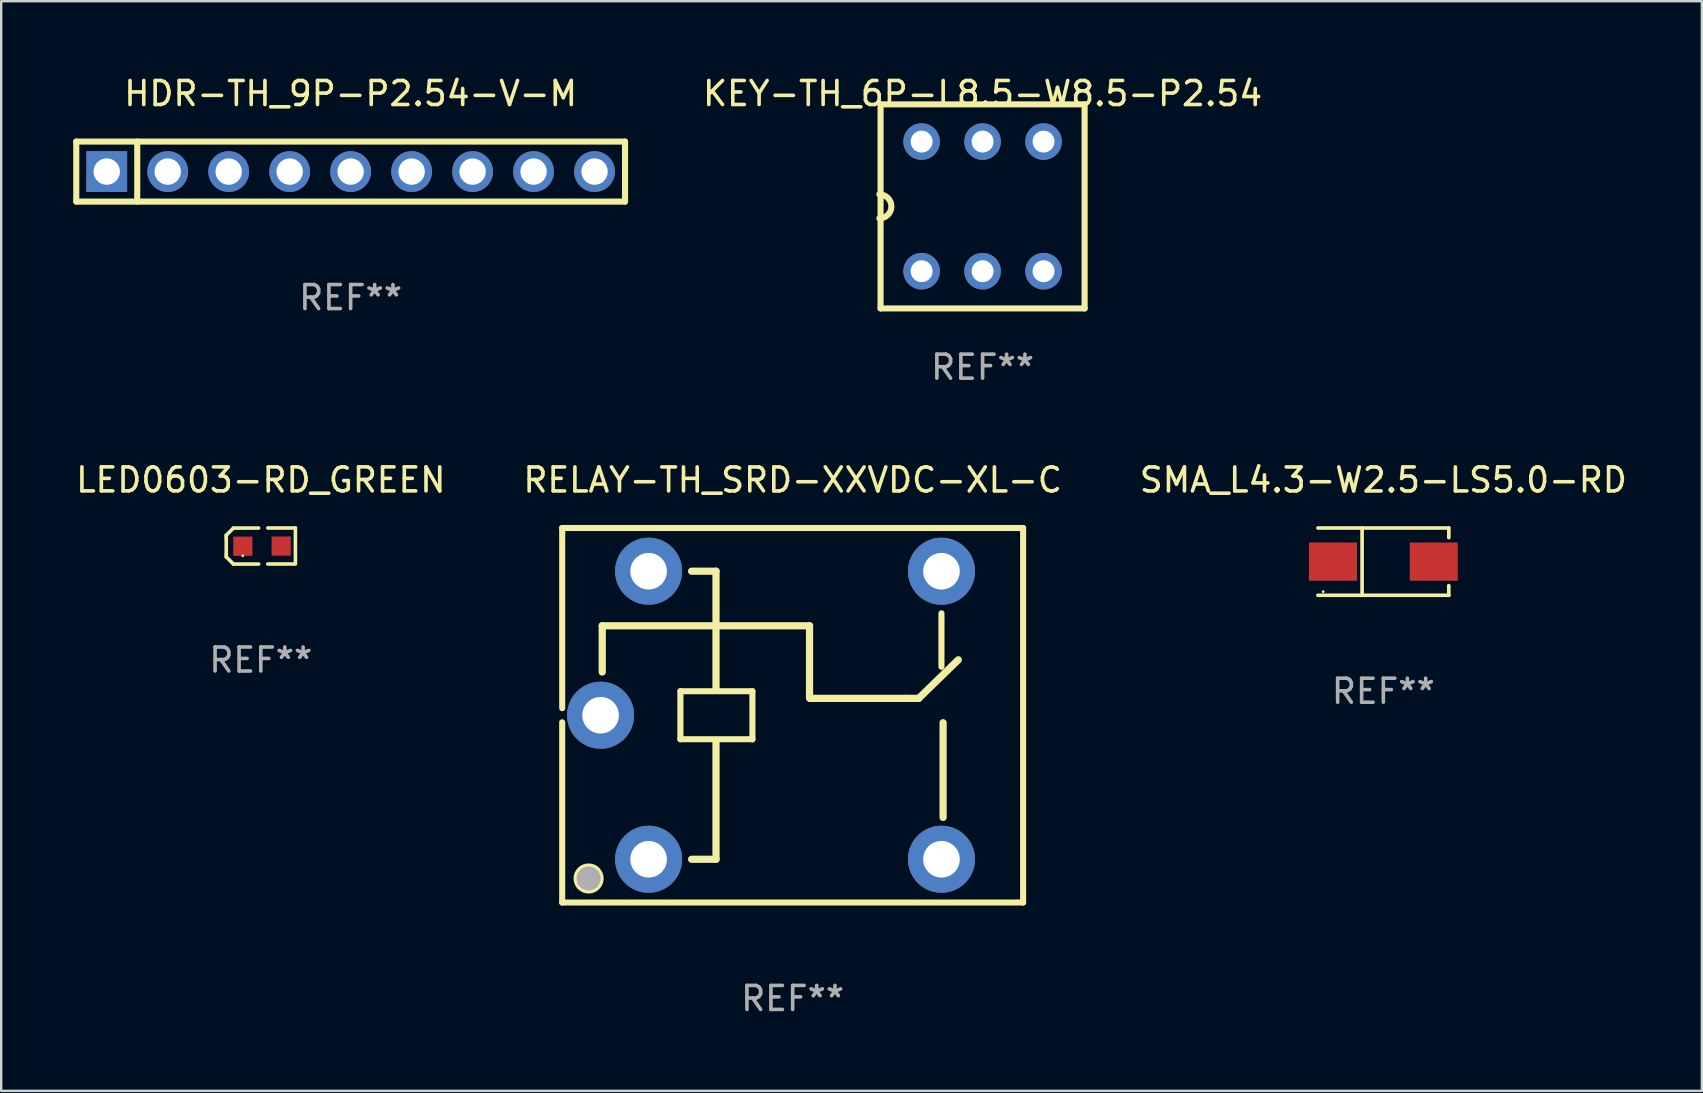
<source format=kicad_pcb>
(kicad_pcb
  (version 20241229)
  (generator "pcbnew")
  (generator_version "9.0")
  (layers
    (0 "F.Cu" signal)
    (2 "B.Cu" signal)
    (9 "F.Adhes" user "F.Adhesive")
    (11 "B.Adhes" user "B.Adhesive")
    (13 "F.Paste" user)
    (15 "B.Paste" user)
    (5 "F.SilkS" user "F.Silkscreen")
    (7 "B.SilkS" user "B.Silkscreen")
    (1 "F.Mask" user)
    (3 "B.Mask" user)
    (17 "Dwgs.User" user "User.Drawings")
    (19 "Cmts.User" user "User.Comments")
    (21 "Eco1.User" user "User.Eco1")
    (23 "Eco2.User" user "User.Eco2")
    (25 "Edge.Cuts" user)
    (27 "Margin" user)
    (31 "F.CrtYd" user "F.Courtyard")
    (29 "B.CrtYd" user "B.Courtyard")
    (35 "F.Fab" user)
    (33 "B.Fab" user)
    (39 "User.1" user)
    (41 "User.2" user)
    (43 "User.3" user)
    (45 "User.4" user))
  (footprint "LED0603-RD_GREEN"
    (layer "F.Cu")
    (at 7.865 19.701)
    (property "Reference" "LED0603-RD_GREEN" (at -0.05 -2.757 0) (layer "F.SilkS") (effects (font (size 1 1) (thickness 0.15))))
    (attr smd)
    (fp_line (start -1.49 -0.454) (end -1.19 -0.754) (stroke (width 0.15) (type solid)) (layer "F.SilkS"))
    (fp_line (start -1.49 -0.354) (end -1.49 -0.454) (stroke (width 0.15) (type solid)) (layer "F.SilkS"))
    (fp_line (start -1.49 -0.354) (end -1.49 0.346) (stroke (width 0.15) (type solid)) (layer "F.SilkS"))
    (fp_line (start -1.49 0.346) (end -1.49 0.446) (stroke (width 0.15) (type solid)) (layer "F.SilkS"))
    (fp_line (start -1.49 0.446) (end -1.19 0.746) (stroke (width 0.15) (type solid)) (layer "F.SilkS"))
    (fp_line (start -0.14 -0.754) (end -1.19 -0.754) (stroke (width 0.15) (type solid)) (layer "F.SilkS"))
    (fp_line (start -0.14 0.746) (end -1.19 0.746) (stroke (width 0.15) (type solid)) (layer "F.SilkS"))
    (fp_line (start 0.24 -0.757) (end 1.391 -0.757) (stroke (width 0.15) (type solid)) (layer "F.SilkS"))
    (fp_line (start 0.24 0.744) (end 1.391 0.744) (stroke (width 0.15) (type solid)) (layer "F.SilkS"))
    (fp_line (start 1.391 -0.757) (end 1.391 0.723) (stroke (width 0.15) (type solid)) (layer "F.SilkS"))
    (fp_circle (center -0.8 0.403) (end -0.77 0.403) (stroke (width 0.06) (type solid)) (fill no) (layer "F.SilkS"))
    (fp_text user "REF**" (at -0.05 4.746 0) (layer "F.Fab") (effects (font (size 1 1) (thickness 0.15))))
    (pad "1" smd rect (at -0.799 0.003 90) (size 0.8 0.8) (layers "F.Cu" "F.Mask" "F.Paste"))
    (pad "2" smd rect (at 0.799 -0.003 90) (size 0.8 0.8) (layers "F.Cu" "F.Mask" "F.Paste")))
  (footprint "KEY-TH_6P-L8.5-W8.5-P2.54"
    (layer "F.Cu")
    (at 37.882 5.548)
    (property "Reference" "KEY-TH_6P-L8.5-W8.5-P2.54" (at 0 -4.7 0) (layer "F.SilkS") (effects (font (size 1 1) (thickness 0.15))))
    (attr through_hole)
    (fp_line (start -4.25 -4.25) (end -4.25 4.25) (stroke (width 0.254) (type solid)) (layer "F.SilkS"))
    (fp_line (start -4.25 4.25) (end 4.25 4.25) (stroke (width 0.254) (type solid)) (layer "F.SilkS"))
    (fp_line (start 4.25 -4.25) (end -4.25 -4.25) (stroke (width 0.254) (type solid)) (layer "F.SilkS"))
    (fp_line (start 4.25 4.25) (end 4.25 -4.25) (stroke (width 0.254) (type solid)) (layer "F.SilkS"))
    (fp_arc (start -4.3 -0.5) (mid -3.8 0) (end -4.3 0.5) (stroke (width 0.254001) (type solid)) (layer "F.SilkS"))
    (fp_circle (center -4.25 4.25) (end -4.22 4.25) (stroke (width 0.06) (type solid)) (fill no) (layer "F.SilkS"))
    (fp_text user "REF**" (at 0 6.7 0) (layer "F.Fab") (effects (font (size 1 1) (thickness 0.15))))
    (pad "1" thru_hole circle (at -2.54 2.7) (size 1.524 1.524) (drill 0.914) (layers "*.Cu" "*.Mask"))
    (pad "2" thru_hole circle (at 0 2.7) (size 1.524 1.524) (drill 0.914) (layers "*.Cu" "*.Mask"))
    (pad "3" thru_hole circle (at 2.54 2.7) (size 1.524 1.524) (drill 0.914) (layers "*.Cu" "*.Mask"))
    (pad "4" thru_hole circle (at -2.54 -2.7) (size 1.524 1.524) (drill 0.914) (layers "*.Cu" "*.Mask"))
    (pad "5" thru_hole circle (at 0 -2.7) (size 1.524 1.524) (drill 0.914) (layers "*.Cu" "*.Mask"))
    (pad "6" thru_hole circle (at 2.54 -2.7) (size 1.524 1.524) (drill 0.914) (layers "*.Cu" "*.Mask")))
  (footprint "SMA_L4.3-W2.5-LS5.0-RD"
    (layer "F.Cu")
    (at 54.577 20.346)
    (property "Reference" "SMA_L4.3-W2.5-LS5.0-RD" (at 0 -3.401 0) (layer "F.SilkS") (effects (font (size 1 1) (thickness 0.15))))
    (attr smd)
    (fp_line (start -2.726 -1.401) (end 2.726 -1.401) (stroke (width 0.152) (type solid)) (layer "F.SilkS"))
    (fp_line (start -2.726 1.401) (end 2.726 1.401) (stroke (width 0.152) (type solid)) (layer "F.SilkS"))
    (fp_line (start -0.886 -1.401) (end -0.886 1.401) (stroke (width 0.152) (type solid)) (layer "F.SilkS"))
    (fp_line (start 2.726 -1.401) (end 2.726 -1) (stroke (width 0.152) (type solid)) (layer "F.SilkS"))
    (fp_line (start 2.726 1.401) (end 2.726 1) (stroke (width 0.152) (type solid)) (layer "F.SilkS"))
    (fp_circle (center -2.507 1.25) (end -2.477 1.25) (stroke (width 0.06) (type solid)) (fill no) (layer "F.SilkS"))
    (fp_text user "REF**" (at 0 5.401 0) (layer "F.Fab") (effects (font (size 1 1) (thickness 0.15))))
    (pad "1" smd rect (at -2.1 0 180) (size 2 1.593) (layers "F.Cu" "F.Mask" "F.Paste"))
    (pad "2" smd rect (at 2.1 0 180) (size 2 1.593) (layers "F.Cu" "F.Mask" "F.Paste")))
  (footprint "RELAY-TH_SRD-XXVDC-XL-C"
    (layer "F.Cu")
    (at 29.069 26.745)
    (property "Reference" "RELAY-TH_SRD-XXVDC-XL-C" (at 0.901 -9.8 0) (layer "F.SilkS") (effects (font (size 1 1) (thickness 0.15))))
    (attr through_hole)
    (fp_line (start -8.699 -7.8) (end -8.699 -0.295) (stroke (width 0.254) (type solid)) (layer "F.SilkS"))
    (fp_line (start -8.699 0.295) (end -8.699 7.8) (stroke (width 0.254) (type solid)) (layer "F.SilkS"))
    (fp_line (start -7.032 -3.727) (end 1.604 -3.727) (stroke (width 0.3) (type solid)) (layer "F.SilkS"))
    (fp_line (start -7.032 -1.8) (end -7.032 -3.727) (stroke (width 0.3) (type solid)) (layer "F.SilkS"))
    (fp_line (start -3.775 -1) (end -3.775 1) (stroke (width 0.254) (type solid)) (layer "F.SilkS"))
    (fp_line (start -3.775 1) (end -0.775 1) (stroke (width 0.254) (type solid)) (layer "F.SilkS"))
    (fp_line (start -2.292 -6) (end -3.31 -6) (stroke (width 0.3) (type solid)) (layer "F.SilkS"))
    (fp_line (start -2.292 -1.051) (end -2.292 -6) (stroke (width 0.3) (type solid)) (layer "F.SilkS"))
    (fp_line (start -2.292 6) (end -3.31 6) (stroke (width 0.3) (type solid)) (layer "F.SilkS"))
    (fp_line (start -2.292 6) (end -2.292 1.051) (stroke (width 0.3) (type solid)) (layer "F.SilkS"))
    (fp_line (start -0.775 -1) (end -3.775 -1) (stroke (width 0.254) (type solid)) (layer "F.SilkS"))
    (fp_line (start -0.775 1) (end -0.775 -1) (stroke (width 0.254) (type solid)) (layer "F.SilkS"))
    (fp_line (start 1.604 -3.727) (end 1.604 -0.727) (stroke (width 0.3) (type solid)) (layer "F.SilkS"))
    (fp_line (start 1.604 -0.727) (end 1.628 -0.703) (stroke (width 0.3) (type solid)) (layer "F.SilkS"))
    (fp_line (start 1.628 -0.703) (end 5.644 -0.703) (stroke (width 0.3) (type solid)) (layer "F.SilkS"))
    (fp_line (start 5.644 -0.703) (end 6.152 -0.703) (stroke (width 0.3) (type solid)) (layer "F.SilkS"))
    (fp_line (start 6.15 -0.701) (end 7.801 -2.309) (stroke (width 0.3) (type solid)) (layer "F.SilkS"))
    (fp_line (start 7.099 -4.247) (end 7.099 -2.019) (stroke (width 0.254) (type solid)) (layer "F.SilkS"))
    (fp_line (start 7.168 4.257) (end 7.168 0.312) (stroke (width 0.3) (type solid)) (layer "F.SilkS"))
    (fp_line (start 10.501 -7.8) (end -8.699 -7.8) (stroke (width 0.254) (type solid)) (layer "F.SilkS"))
    (fp_line (start 10.501 7.8) (end 10.501 -7.8) (stroke (width 0.254) (type solid)) (layer "F.SilkS"))
    (fp_line (start 10.501 7.8) (end -8.699 7.8) (stroke (width 0.254) (type solid)) (layer "F.SilkS"))
    (fp_circle (center -8.7 7.8) (end -8.67 7.8) (stroke (width 0.06) (type solid)) (fill no) (layer "F.SilkS"))
    (fp_circle (center -7.6 6.8) (end -7.1 6.8) (stroke (width 0.254) (type solid)) (fill no) (layer "F.SilkS"))
    (fp_circle (center -7.6 6.8) (end -7.35 6.8) (stroke (width 0.5) (type solid)) (fill no) (layer "F.Fab"))
    (fp_text user "REF**" (at 0.901 11.8 0) (layer "F.Fab") (effects (font (size 1 1) (thickness 0.15))))
    (pad "1" thru_hole circle (at -5.1 6 180) (size 2.794 2.794) (drill 1.524) (layers "*.Cu" "*.Mask"))
    (pad "2" thru_hole circle (at 7.1 5.999 180) (size 2.794 2.794) (drill 1.524) (layers "*.Cu" "*.Mask"))
    (pad "3" thru_hole circle (at 7.1 -5.999 180) (size 2.794 2.794) (drill 1.524) (layers "*.Cu" "*.Mask"))
    (pad "4" thru_hole circle (at -5.1 -6 180) (size 2.794 2.794) (drill 1.524) (layers "*.Cu" "*.Mask"))
    (pad "5" thru_hole circle (at -7.1 0 180) (size 2.794 2.794) (drill 1.524) (layers "*.Cu" "*.Mask")))
  (footprint "HDR-TH_9P-P2.54-V-M"
    (layer "F.Cu")
    (at 11.557 4.098)
    (property "Reference" "HDR-TH_9P-P2.54-V-M" (at 0 -3.25 0) (layer "F.SilkS") (effects (font (size 1 1) (thickness 0.15))))
    (attr through_hole)
    (fp_line (start -11.43 -1.25) (end -11.43 1.25) (stroke (width 0.254) (type solid)) (layer "F.SilkS"))
    (fp_line (start -11.43 1.25) (end 11.43 1.25) (stroke (width 0.254) (type solid)) (layer "F.SilkS"))
    (fp_line (start -8.89 -1.25) (end -8.89 1.25) (stroke (width 0.254) (type solid)) (layer "F.SilkS"))
    (fp_line (start 11.43 -1.25) (end -11.43 -1.25) (stroke (width 0.254) (type solid)) (layer "F.SilkS"))
    (fp_line (start 11.43 1.25) (end 11.43 -1.25) (stroke (width 0.254) (type solid)) (layer "F.SilkS"))
    (fp_circle (center -11.43 1.25) (end -11.4 1.25) (stroke (width 0.06) (type solid)) (fill no) (layer "F.SilkS"))
    (fp_text user "REF**" (at 0 5.25 0) (layer "F.Fab") (effects (font (size 1 1) (thickness 0.15))))
    (pad "1" thru_hole rect (at -10.16 0) (size 1.7 1.7) (drill 1.1) (layers "*.Cu" "*.Mask"))
    (pad "2" thru_hole circle (at -7.62 0) (size 1.7 1.7) (drill 1.1) (layers "*.Cu" "*.Mask"))
    (pad "3" thru_hole circle (at -5.08 0) (size 1.7 1.7) (drill 1.1) (layers "*.Cu" "*.Mask"))
    (pad "4" thru_hole circle (at -2.54 0) (size 1.7 1.7) (drill 1.1) (layers "*.Cu" "*.Mask"))
    (pad "5" thru_hole circle (at 0 0) (size 1.7 1.7) (drill 1.1) (layers "*.Cu" "*.Mask"))
    (pad "6" thru_hole circle (at 2.54 0) (size 1.7 1.7) (drill 1.1) (layers "*.Cu" "*.Mask"))
    (pad "7" thru_hole circle (at 5.08 0) (size 1.7 1.7) (drill 1.1) (layers "*.Cu" "*.Mask"))
    (pad "8" thru_hole circle (at 7.62 0) (size 1.7 1.7) (drill 1.1) (layers "*.Cu" "*.Mask"))
    (pad "9" thru_hole circle (at 10.16 0) (size 1.7 1.7) (drill 1.1) (layers "*.Cu" "*.Mask")))
  (gr_rect
    (start -3 -3)
    (end 67.845 42.393)
    (stroke (width 0.1) (type default))
    (fill no)
    (layer "Edge.Cuts")))
</source>
